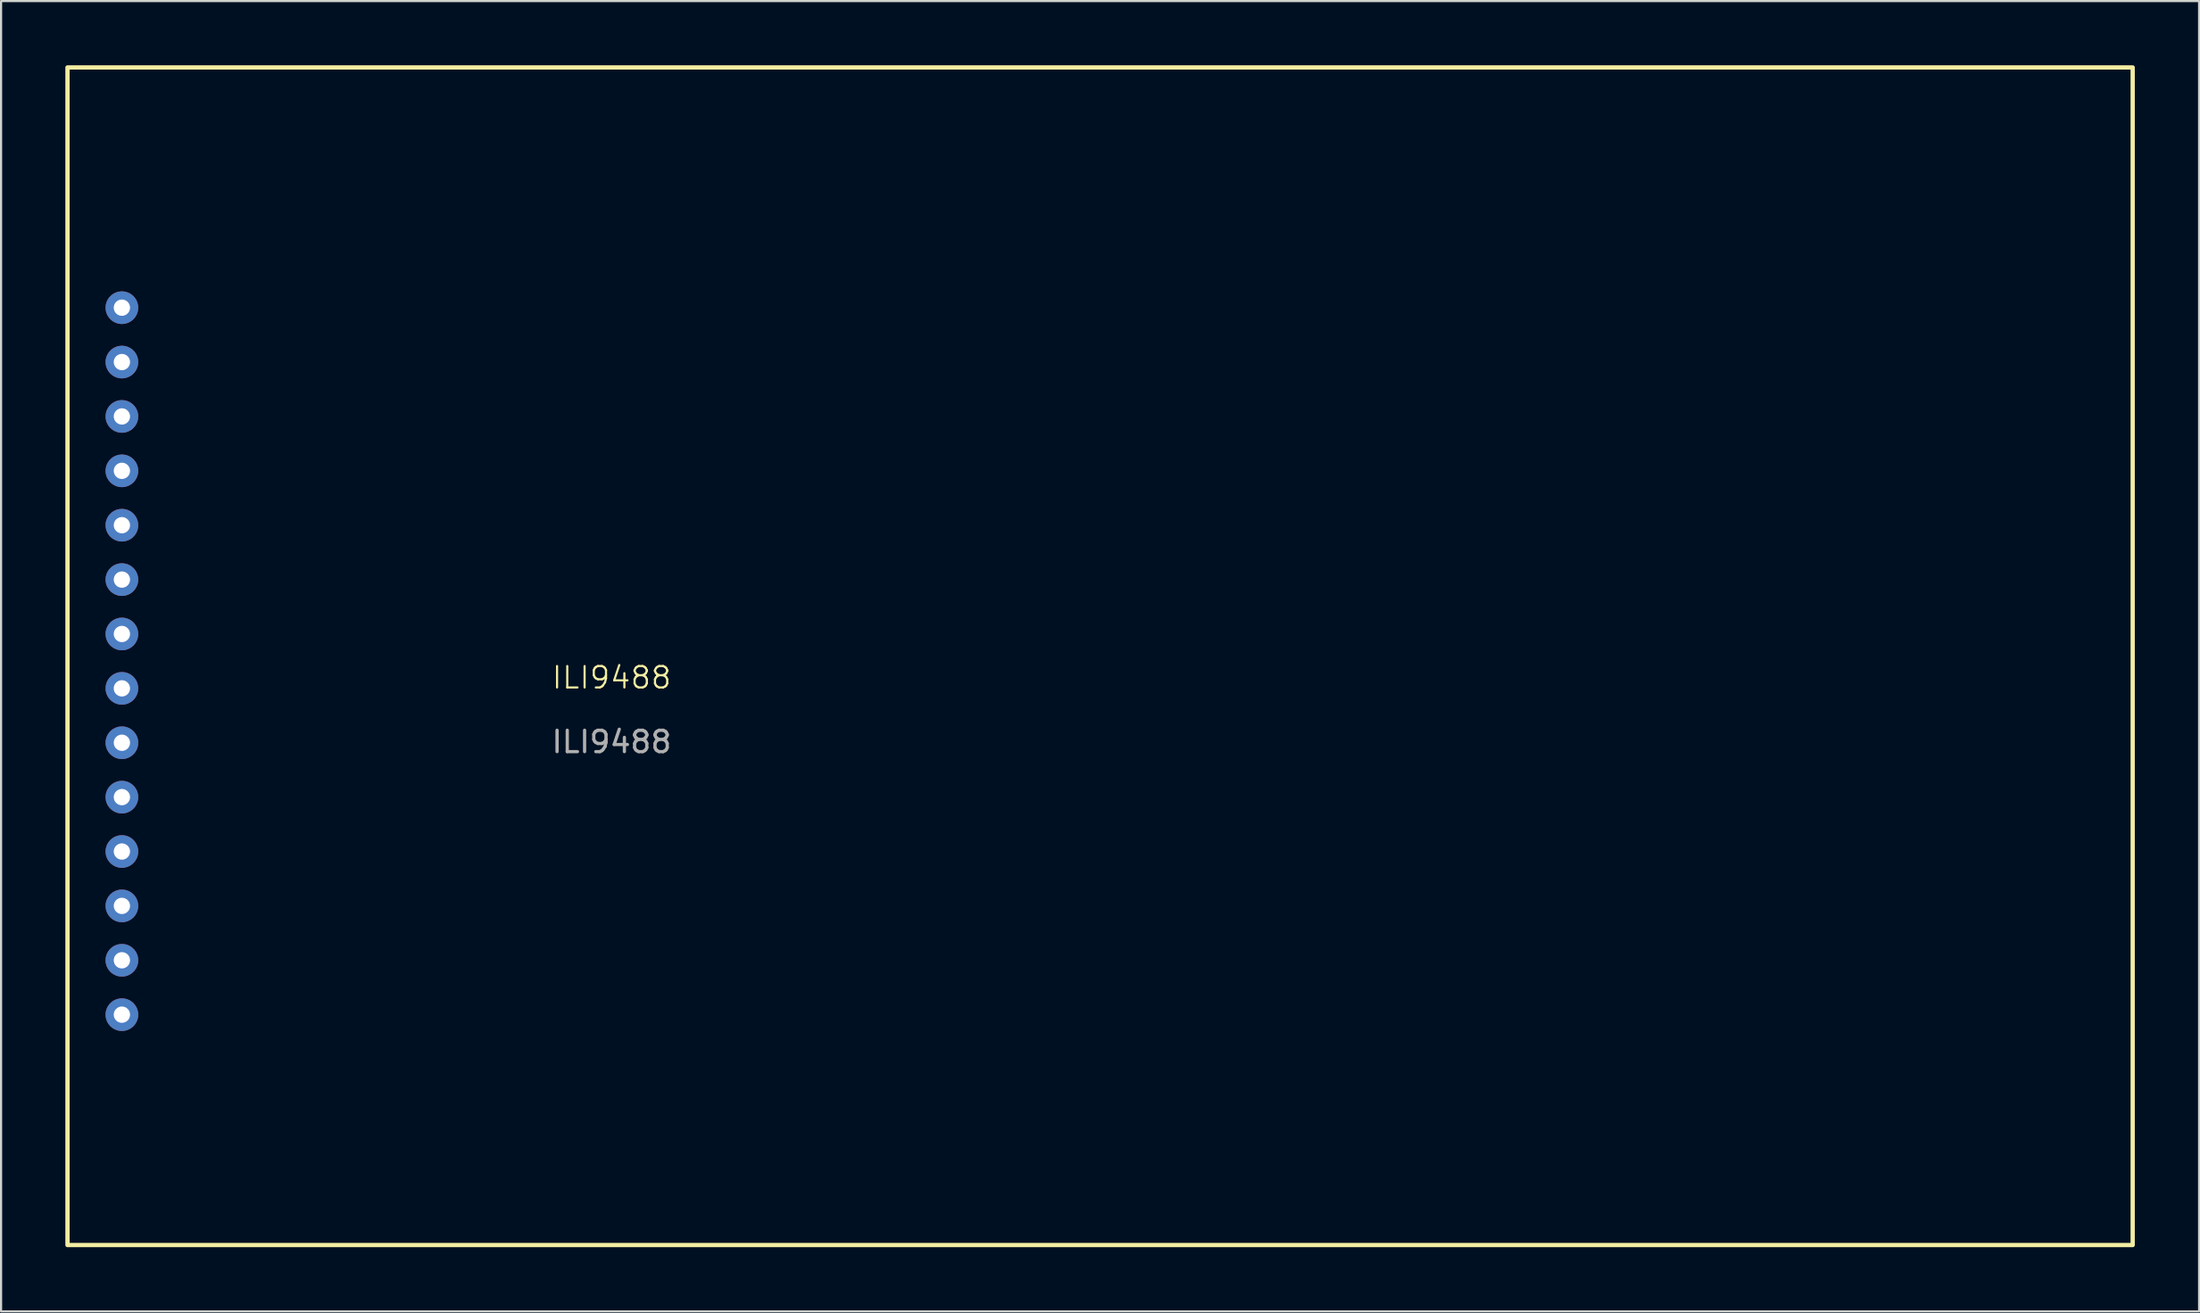
<source format=kicad_pcb>
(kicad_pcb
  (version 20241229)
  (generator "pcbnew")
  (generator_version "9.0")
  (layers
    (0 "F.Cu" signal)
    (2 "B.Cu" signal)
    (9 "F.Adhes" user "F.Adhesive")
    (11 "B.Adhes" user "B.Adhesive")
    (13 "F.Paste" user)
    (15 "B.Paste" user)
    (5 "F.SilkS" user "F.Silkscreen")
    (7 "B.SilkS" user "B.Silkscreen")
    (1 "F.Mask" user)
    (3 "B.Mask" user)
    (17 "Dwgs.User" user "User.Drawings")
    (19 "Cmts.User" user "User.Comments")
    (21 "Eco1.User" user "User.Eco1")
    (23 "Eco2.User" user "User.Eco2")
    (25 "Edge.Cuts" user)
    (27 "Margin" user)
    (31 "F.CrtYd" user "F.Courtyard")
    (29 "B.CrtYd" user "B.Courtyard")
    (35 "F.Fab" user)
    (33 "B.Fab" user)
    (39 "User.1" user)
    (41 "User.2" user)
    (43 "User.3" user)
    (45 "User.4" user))
  (footprint "ILI9488"
    (layer "F.Cu")
    (at 25.5 29.1)
    (property "Reference" "ILI9488" (at 0 -0.5 0) (unlocked yes) (layer "F.SilkS") (effects (font (size 1 1) (thickness 0.1))))
    (attr through_hole)
    (fp_rect (start -25.4 -29) (end 71 26) (stroke (width 0.2) (type solid)) (fill no) (layer "F.SilkS"))
    (fp_text user "${REFERENCE}" (at 0 2.5 0) (unlocked yes) (layer "F.Fab") (effects (font (size 1 1) (thickness 0.15))))
    (pad "1" thru_hole circle (at -22.86 -17.78) (size 1.524 1.524) (drill 0.762) (layers "*.Cu" "*.Mask"))
    (pad "2" thru_hole circle (at -22.86 -15.24) (size 1.524 1.524) (drill 0.762) (layers "*.Cu" "*.Mask"))
    (pad "3" thru_hole circle (at -22.86 -12.7) (size 1.524 1.524) (drill 0.762) (layers "*.Cu" "*.Mask"))
    (pad "4" thru_hole circle (at -22.86 -10.16) (size 1.524 1.524) (drill 0.762) (layers "*.Cu" "*.Mask"))
    (pad "5" thru_hole circle (at -22.86 -7.62) (size 1.524 1.524) (drill 0.762) (layers "*.Cu" "*.Mask"))
    (pad "6" thru_hole circle (at -22.86 -5.08) (size 1.524 1.524) (drill 0.762) (layers "*.Cu" "*.Mask"))
    (pad "7" thru_hole circle (at -22.86 -2.54) (size 1.524 1.524) (drill 0.762) (layers "*.Cu" "*.Mask"))
    (pad "8" thru_hole circle (at -22.86 0) (size 1.524 1.524) (drill 0.762) (layers "*.Cu" "*.Mask"))
    (pad "9" thru_hole circle (at -22.86 2.54) (size 1.524 1.524) (drill 0.762) (layers "*.Cu" "*.Mask"))
    (pad "10" thru_hole circle (at -22.86 5.08) (size 1.524 1.524) (drill 0.762) (layers "*.Cu" "*.Mask"))
    (pad "11" thru_hole circle (at -22.86 7.62) (size 1.524 1.524) (drill 0.762) (layers "*.Cu" "*.Mask"))
    (pad "12" thru_hole circle (at -22.86 10.16) (size 1.524 1.524) (drill 0.762) (layers "*.Cu" "*.Mask"))
    (pad "13" thru_hole circle (at -22.86 12.7) (size 1.524 1.524) (drill 0.762) (layers "*.Cu" "*.Mask"))
    (pad "14" thru_hole circle (at -22.86 15.24) (size 1.524 1.524) (drill 0.762) (layers "*.Cu" "*.Mask")))
  (gr_rect
    (start -3 -3)
    (end 99.6 58.2)
    (stroke (width 0.1) (type default))
    (fill no)
    (layer "Edge.Cuts")))
</source>
